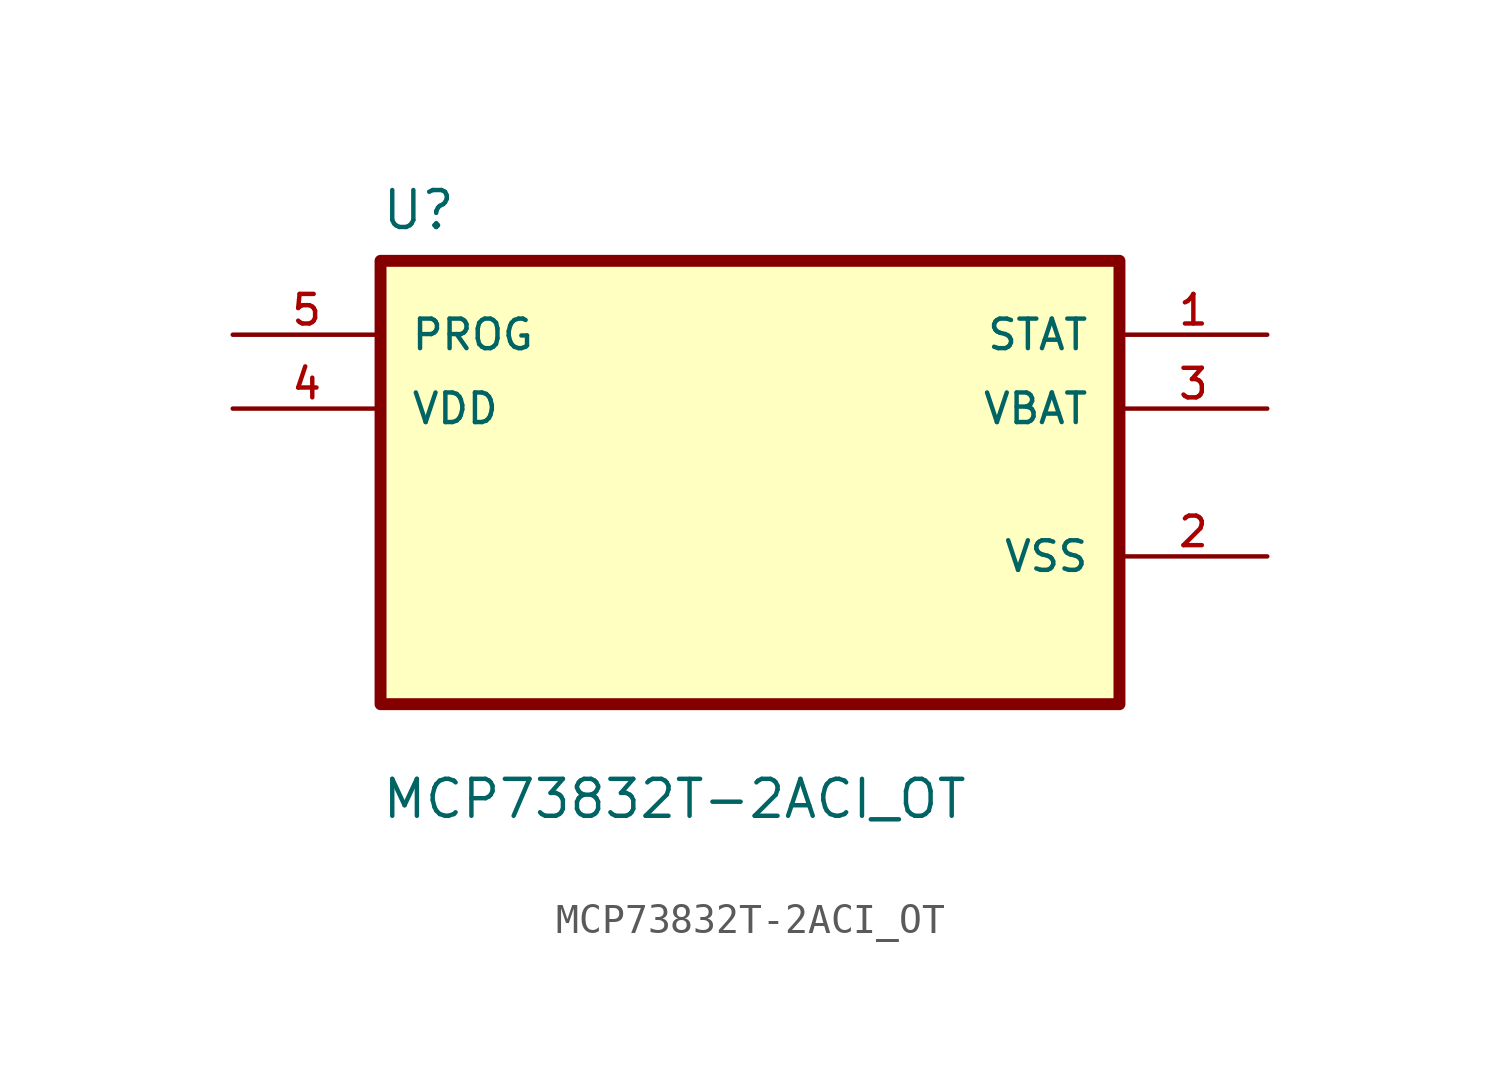
<source format=kicad_sym>
(kicad_symbol_lib
  (version 20211014)
  (generator kicad_symbol_editor)
  (symbol "MCP73832T-2ACI_OT"
    (pin_names
      (offset 1.016))
    (property "Reference" "U"
      (at -12.7 8.62 0.0)
      (effects (font (size 1.27 1.27)) (justify bottom left)))
    (property "Value" "MCP73832T-2ACI_OT"
      (at -12.7 -11.62 0.0)
      (effects (font (size 1.27 1.27)) (justify bottom left)))
    (symbol "MCP73832T-2ACI_OT_0_0"
      (rectangle (start -12.7 -7.62) (end 12.7 7.62) (stroke (width 0.41)) (fill (type background)))
      (pin input line (at -17.78 5.08 0) (length 5.08) (name "PROG" (effects (font (size 1.016 1.016)))) (number "5" (effects (font (size 1.016 1.016)))))
      (pin input line (at -17.78 2.54 0) (length 5.08) (name "VDD" (effects (font (size 1.016 1.016)))) (number "4" (effects (font (size 1.016 1.016)))))
      (pin output line (at 17.78 5.08 180.0) (length 5.08) (name "STAT" (effects (font (size 1.016 1.016)))) (number "1" (effects (font (size 1.016 1.016)))))
      (pin output line (at 17.78 2.54 180.0) (length 5.08) (name "VBAT" (effects (font (size 1.016 1.016)))) (number "3" (effects (font (size 1.016 1.016)))))
      (pin power_in line (at 17.78 -2.54 180.0) (length 5.08) (name "VSS" (effects (font (size 1.016 1.016)))) (number "2" (effects (font (size 1.016 1.016))))))))
</source>
